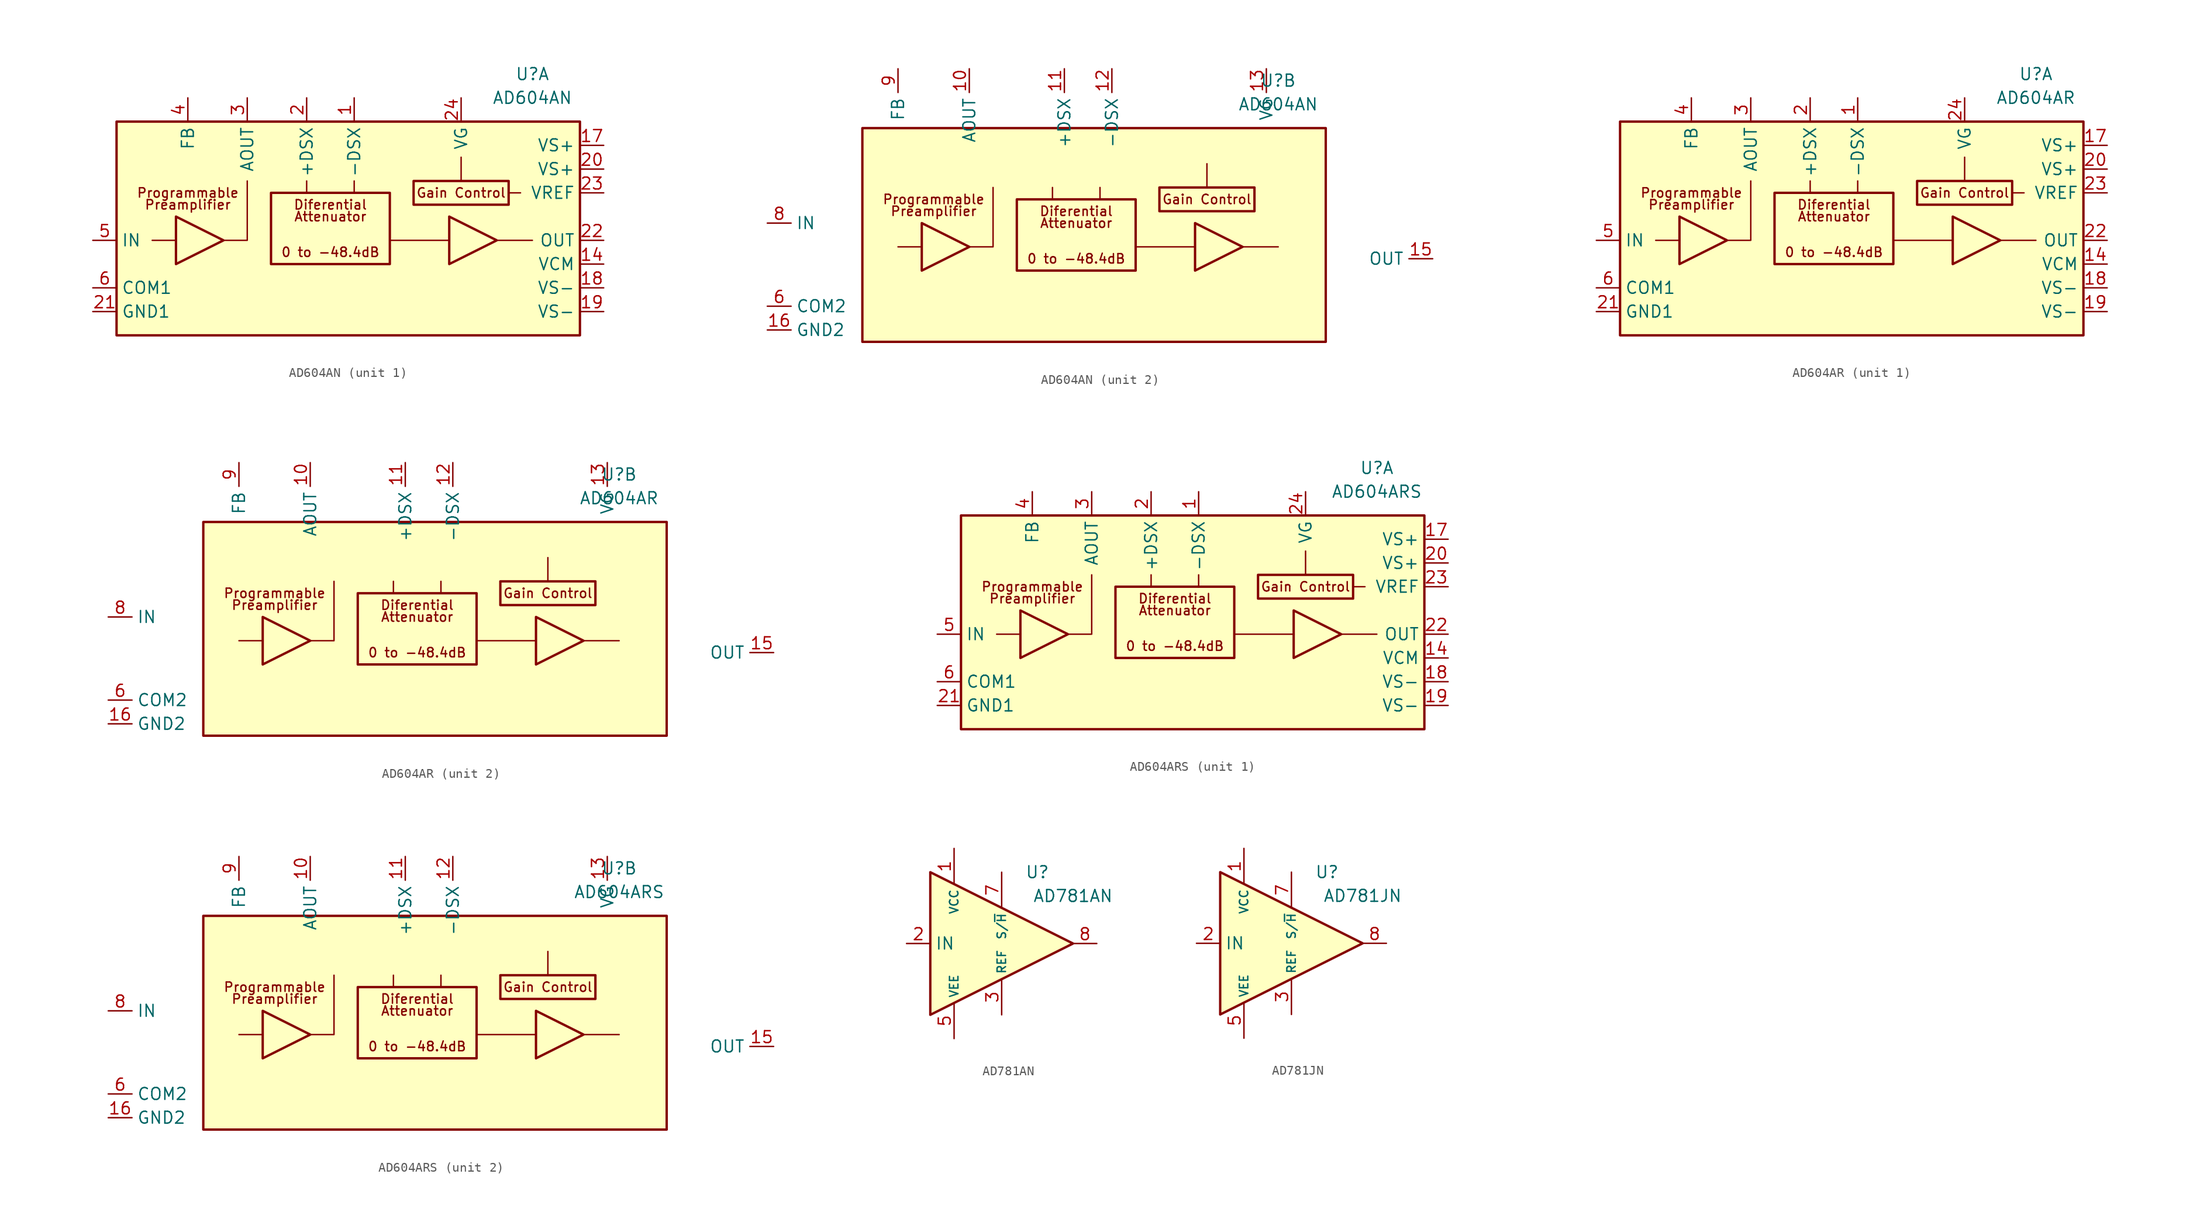
<source format=kicad_sym>
(kicad_symbol_lib
  (version 20231120)
  (generator "kicad_symbol_editor")
  (generator_version "8.0")
  (symbol "AD604AN"
    (property "Reference" "U"
      (at 19.05 16.51 0)
      (effects (font (size 1.27 1.27))))
    (property "Value" "AD604AN"
      (at 19.05 13.97 0)
      (effects (font (size 1.27 1.27))))
    (property "ki_locked" ""
      (at 0 0 0)
      (effects (font (size 1.27 1.27))))
    (symbol "AD604AN_0_0"
      (rectangle (start -25.4 11.43) (end 24.13 -11.43) (stroke (width 0.254) (type default)) (fill (type background)))
      (rectangle (start -8.89 3.81) (end 3.81 -3.81) (stroke (width 0.254) (type default)) (fill (type none)))
      (polyline (pts (xy -19.05 -1.27) (xy -21.59 -1.27)) (stroke (width 0.152) (type default)) (fill (type none)))
      (polyline (pts (xy -5.08 3.81) (xy -5.08 5.08)) (stroke (width 0.152) (type default)) (fill (type none)))
      (polyline (pts (xy 0 3.81) (xy 0 5.08)) (stroke (width 0.152) (type default)) (fill (type none)))
      (polyline (pts (xy 3.81 -1.27) (xy 10.16 -1.27)) (stroke (width 0.152) (type default)) (fill (type none)))
      (polyline (pts (xy 11.43 5.08) (xy 11.43 7.62)) (stroke (width 0.152) (type default)) (fill (type none)))
      (polyline (pts (xy 15.24 -1.27) (xy 19.05 -1.27)) (stroke (width 0.152) (type default)) (fill (type none)))
      (polyline (pts (xy -13.97 -1.27) (xy -11.43 -1.27) (xy -11.43 5.08)) (stroke (width 0.152) (type default)) (fill (type none)))
      (rectangle (start 6.35 5.08) (end 16.51 2.54) (stroke (width 0.254) (type default)) (fill (type none)))
      (text "0 to -48.4dB" (at -2.54 -2.54 0) (effects (font (size 1 1))))
      (text "Attenuator" (at -2.54 1.27 0) (effects (font (size 1 1))))
      (text "Diferential" (at -2.54 2.54 0) (effects (font (size 1 1))))
      (text "Gain Control" (at 11.43 3.81 0) (effects (font (size 1 1))))
      (text "Preamplifier" (at -17.78 2.54 0) (effects (font (size 1 1))))
      (text "Programmable" (at -17.78 3.81 0) (effects (font (size 1 1)))))
    (symbol "AD604AN_0_1"
      (polyline (pts (xy -19.05 1.27) (xy -19.05 -3.81) (xy -13.97 -1.27) (xy -19.05 1.27)) (stroke (width 0.254) (type default)) (fill (type none)))
      (polyline (pts (xy 10.16 1.27) (xy 10.16 -3.81) (xy 15.24 -1.27) (xy 10.16 1.27)) (stroke (width 0.254) (type default)) (fill (type none))))
    (symbol "AD604AN_1_0"
      (polyline (pts (xy 16.51 3.81) (xy 17.78 3.81)) (stroke (width 0.152) (type default)) (fill (type none))))
    (symbol "AD604AN_1_1"
      (pin input line (at 0 13.97 270) (length 2.54) (name "-DSX" (effects (font (size 1.27 1.27)))) (number "1" (effects (font (size 1.27 1.27)))))
      (pin input line (at 26.67 -3.81 180) (length 2.54) (name "VCM" (effects (font (size 1.27 1.27)))) (number "14" (effects (font (size 1.27 1.27)))))
      (pin power_in line (at 26.67 8.89 180) (length 2.54) (name "VS+" (effects (font (size 1.27 1.27)))) (number "17" (effects (font (size 1.27 1.27)))))
      (pin power_in line (at 26.67 -6.35 180) (length 2.54) (name "VS-" (effects (font (size 1.27 1.27)))) (number "18" (effects (font (size 1.27 1.27)))))
      (pin power_in line (at 26.67 -8.89 180) (length 2.54) (name "VS-" (effects (font (size 1.27 1.27)))) (number "19" (effects (font (size 1.27 1.27)))))
      (pin input line (at -5.08 13.97 270) (length 2.54) (name "+DSX" (effects (font (size 1.27 1.27)))) (number "2" (effects (font (size 1.27 1.27)))))
      (pin power_in line (at 26.67 6.35 180) (length 2.54) (name "VS+" (effects (font (size 1.27 1.27)))) (number "20" (effects (font (size 1.27 1.27)))))
      (pin power_in line (at -27.94 -8.89 0) (length 2.54) (name "GND1" (effects (font (size 1.27 1.27)))) (number "21" (effects (font (size 1.27 1.27)))))
      (pin output line (at 26.67 -1.27 180) (length 2.54) (name "OUT" (effects (font (size 1.27 1.27)))) (number "22" (effects (font (size 1.27 1.27)))))
      (pin input line (at 26.67 3.81 180) (length 2.54) (name "VREF" (effects (font (size 1.27 1.27)))) (number "23" (effects (font (size 1.27 1.27)))))
      (pin input line (at 11.43 13.97 270) (length 2.54) (name "VG" (effects (font (size 1.27 1.27)))) (number "24" (effects (font (size 1.27 1.27)))))
      (pin output line (at -11.43 13.97 270) (length 2.54) (name "AOUT" (effects (font (size 1.27 1.27)))) (number "3" (effects (font (size 1.27 1.27)))))
      (pin passive line (at -17.78 13.97 270) (length 2.54) (name "FB" (effects (font (size 1.27 1.27)))) (number "4" (effects (font (size 1.27 1.27)))))
      (pin input line (at -27.94 -1.27 0) (length 2.54) (name "IN" (effects (font (size 1.27 1.27)))) (number "5" (effects (font (size 1.27 1.27)))))
      (pin power_in line (at -27.94 -6.35 0) (length 2.54) (name "COM1" (effects (font (size 1.27 1.27)))) (number "6" (effects (font (size 1.27 1.27))))))
    (symbol "AD604AN_2_1"
      (pin output line (at -13.97 17.78 270) (length 2.54) (name "AOUT" (effects (font (size 1.27 1.27)))) (number "10" (effects (font (size 1.27 1.27)))))
      (pin input line (at -3.81 17.78 270) (length 2.54) (name "+DSX" (effects (font (size 1.27 1.27)))) (number "11" (effects (font (size 1.27 1.27)))))
      (pin input line (at 1.27 17.78 270) (length 2.54) (name "-DSX" (effects (font (size 1.27 1.27)))) (number "12" (effects (font (size 1.27 1.27)))))
      (pin input line (at 17.78 17.78 270) (length 2.54) (name "VG" (effects (font (size 1.27 1.27)))) (number "13" (effects (font (size 1.27 1.27)))))
      (pin output line (at 35.56 -2.54 180) (length 2.54) (name "OUT" (effects (font (size 1.27 1.27)))) (number "15" (effects (font (size 1.27 1.27)))))
      (pin power_in line (at -35.56 -10.16 0) (length 2.54) (name "GND2" (effects (font (size 1.27 1.27)))) (number "16" (effects (font (size 1.27 1.27)))))
      (pin power_in line (at -35.56 -7.62 0) (length 2.54) (name "COM2" (effects (font (size 1.27 1.27)))) (number "6" (effects (font (size 1.27 1.27)))))
      (pin input line (at -35.56 1.27 0) (length 2.54) (name "IN" (effects (font (size 1.27 1.27)))) (number "8" (effects (font (size 1.27 1.27)))))
      (pin passive line (at -21.59 17.78 270) (length 2.54) (name "FB" (effects (font (size 1.27 1.27)))) (number "9" (effects (font (size 1.27 1.27)))))))
  (symbol "AD604AR"
    (property "Reference" "U"
      (at 19.05 16.51 0)
      (effects (font (size 1.27 1.27))))
    (property "Value" "AD604AR"
      (at 19.05 13.97 0)
      (effects (font (size 1.27 1.27))))
    (property "ki_locked" ""
      (at 0 0 0)
      (effects (font (size 1.27 1.27))))
    (symbol "AD604AR_0_0"
      (rectangle (start -25.4 11.43) (end 24.13 -11.43) (stroke (width 0.254) (type default)) (fill (type background)))
      (rectangle (start -8.89 3.81) (end 3.81 -3.81) (stroke (width 0.254) (type default)) (fill (type none)))
      (polyline (pts (xy -19.05 -1.27) (xy -21.59 -1.27)) (stroke (width 0.152) (type default)) (fill (type none)))
      (polyline (pts (xy -5.08 3.81) (xy -5.08 5.08)) (stroke (width 0.152) (type default)) (fill (type none)))
      (polyline (pts (xy 0 3.81) (xy 0 5.08)) (stroke (width 0.152) (type default)) (fill (type none)))
      (polyline (pts (xy 3.81 -1.27) (xy 10.16 -1.27)) (stroke (width 0.152) (type default)) (fill (type none)))
      (polyline (pts (xy 11.43 5.08) (xy 11.43 7.62)) (stroke (width 0.152) (type default)) (fill (type none)))
      (polyline (pts (xy 15.24 -1.27) (xy 19.05 -1.27)) (stroke (width 0.152) (type default)) (fill (type none)))
      (polyline (pts (xy -13.97 -1.27) (xy -11.43 -1.27) (xy -11.43 5.08)) (stroke (width 0.152) (type default)) (fill (type none)))
      (rectangle (start 6.35 5.08) (end 16.51 2.54) (stroke (width 0.254) (type default)) (fill (type none)))
      (text "0 to -48.4dB" (at -2.54 -2.54 0) (effects (font (size 1 1))))
      (text "Attenuator" (at -2.54 1.27 0) (effects (font (size 1 1))))
      (text "Diferential" (at -2.54 2.54 0) (effects (font (size 1 1))))
      (text "Gain Control" (at 11.43 3.81 0) (effects (font (size 1 1))))
      (text "Preamplifier" (at -17.78 2.54 0) (effects (font (size 1 1))))
      (text "Programmable" (at -17.78 3.81 0) (effects (font (size 1 1)))))
    (symbol "AD604AR_0_1"
      (polyline (pts (xy -19.05 1.27) (xy -19.05 -3.81) (xy -13.97 -1.27) (xy -19.05 1.27)) (stroke (width 0.254) (type default)) (fill (type none)))
      (polyline (pts (xy 10.16 1.27) (xy 10.16 -3.81) (xy 15.24 -1.27) (xy 10.16 1.27)) (stroke (width 0.254) (type default)) (fill (type none))))
    (symbol "AD604AR_1_0"
      (polyline (pts (xy 16.51 3.81) (xy 17.78 3.81)) (stroke (width 0.152) (type default)) (fill (type none))))
    (symbol "AD604AR_1_1"
      (pin input line (at 0 13.97 270) (length 2.54) (name "-DSX" (effects (font (size 1.27 1.27)))) (number "1" (effects (font (size 1.27 1.27)))))
      (pin input line (at 26.67 -3.81 180) (length 2.54) (name "VCM" (effects (font (size 1.27 1.27)))) (number "14" (effects (font (size 1.27 1.27)))))
      (pin power_in line (at 26.67 8.89 180) (length 2.54) (name "VS+" (effects (font (size 1.27 1.27)))) (number "17" (effects (font (size 1.27 1.27)))))
      (pin power_in line (at 26.67 -6.35 180) (length 2.54) (name "VS-" (effects (font (size 1.27 1.27)))) (number "18" (effects (font (size 1.27 1.27)))))
      (pin power_in line (at 26.67 -8.89 180) (length 2.54) (name "VS-" (effects (font (size 1.27 1.27)))) (number "19" (effects (font (size 1.27 1.27)))))
      (pin input line (at -5.08 13.97 270) (length 2.54) (name "+DSX" (effects (font (size 1.27 1.27)))) (number "2" (effects (font (size 1.27 1.27)))))
      (pin power_in line (at 26.67 6.35 180) (length 2.54) (name "VS+" (effects (font (size 1.27 1.27)))) (number "20" (effects (font (size 1.27 1.27)))))
      (pin power_in line (at -27.94 -8.89 0) (length 2.54) (name "GND1" (effects (font (size 1.27 1.27)))) (number "21" (effects (font (size 1.27 1.27)))))
      (pin output line (at 26.67 -1.27 180) (length 2.54) (name "OUT" (effects (font (size 1.27 1.27)))) (number "22" (effects (font (size 1.27 1.27)))))
      (pin input line (at 26.67 3.81 180) (length 2.54) (name "VREF" (effects (font (size 1.27 1.27)))) (number "23" (effects (font (size 1.27 1.27)))))
      (pin input line (at 11.43 13.97 270) (length 2.54) (name "VG" (effects (font (size 1.27 1.27)))) (number "24" (effects (font (size 1.27 1.27)))))
      (pin output line (at -11.43 13.97 270) (length 2.54) (name "AOUT" (effects (font (size 1.27 1.27)))) (number "3" (effects (font (size 1.27 1.27)))))
      (pin passive line (at -17.78 13.97 270) (length 2.54) (name "FB" (effects (font (size 1.27 1.27)))) (number "4" (effects (font (size 1.27 1.27)))))
      (pin input line (at -27.94 -1.27 0) (length 2.54) (name "IN" (effects (font (size 1.27 1.27)))) (number "5" (effects (font (size 1.27 1.27)))))
      (pin power_in line (at -27.94 -6.35 0) (length 2.54) (name "COM1" (effects (font (size 1.27 1.27)))) (number "6" (effects (font (size 1.27 1.27))))))
    (symbol "AD604AR_2_1"
      (pin output line (at -13.97 17.78 270) (length 2.54) (name "AOUT" (effects (font (size 1.27 1.27)))) (number "10" (effects (font (size 1.27 1.27)))))
      (pin input line (at -3.81 17.78 270) (length 2.54) (name "+DSX" (effects (font (size 1.27 1.27)))) (number "11" (effects (font (size 1.27 1.27)))))
      (pin input line (at 1.27 17.78 270) (length 2.54) (name "-DSX" (effects (font (size 1.27 1.27)))) (number "12" (effects (font (size 1.27 1.27)))))
      (pin input line (at 17.78 17.78 270) (length 2.54) (name "VG" (effects (font (size 1.27 1.27)))) (number "13" (effects (font (size 1.27 1.27)))))
      (pin output line (at 35.56 -2.54 180) (length 2.54) (name "OUT" (effects (font (size 1.27 1.27)))) (number "15" (effects (font (size 1.27 1.27)))))
      (pin power_in line (at -35.56 -10.16 0) (length 2.54) (name "GND2" (effects (font (size 1.27 1.27)))) (number "16" (effects (font (size 1.27 1.27)))))
      (pin power_in line (at -35.56 -7.62 0) (length 2.54) (name "COM2" (effects (font (size 1.27 1.27)))) (number "6" (effects (font (size 1.27 1.27)))))
      (pin input line (at -35.56 1.27 0) (length 2.54) (name "IN" (effects (font (size 1.27 1.27)))) (number "8" (effects (font (size 1.27 1.27)))))
      (pin passive line (at -21.59 17.78 270) (length 2.54) (name "FB" (effects (font (size 1.27 1.27)))) (number "9" (effects (font (size 1.27 1.27)))))))
  (symbol "AD604ARS"
    (property "Reference" "U"
      (at 19.05 16.51 0)
      (effects (font (size 1.27 1.27))))
    (property "Value" "AD604ARS"
      (at 19.05 13.97 0)
      (effects (font (size 1.27 1.27))))
    (property "ki_locked" ""
      (at 0 0 0)
      (effects (font (size 1.27 1.27))))
    (symbol "AD604ARS_0_0"
      (rectangle (start -25.4 11.43) (end 24.13 -11.43) (stroke (width 0.254) (type default)) (fill (type background)))
      (rectangle (start -8.89 3.81) (end 3.81 -3.81) (stroke (width 0.254) (type default)) (fill (type none)))
      (polyline (pts (xy -19.05 -1.27) (xy -21.59 -1.27)) (stroke (width 0.152) (type default)) (fill (type none)))
      (polyline (pts (xy -5.08 3.81) (xy -5.08 5.08)) (stroke (width 0.152) (type default)) (fill (type none)))
      (polyline (pts (xy 0 3.81) (xy 0 5.08)) (stroke (width 0.152) (type default)) (fill (type none)))
      (polyline (pts (xy 3.81 -1.27) (xy 10.16 -1.27)) (stroke (width 0.152) (type default)) (fill (type none)))
      (polyline (pts (xy 11.43 5.08) (xy 11.43 7.62)) (stroke (width 0.152) (type default)) (fill (type none)))
      (polyline (pts (xy 15.24 -1.27) (xy 19.05 -1.27)) (stroke (width 0.152) (type default)) (fill (type none)))
      (polyline (pts (xy -13.97 -1.27) (xy -11.43 -1.27) (xy -11.43 5.08)) (stroke (width 0.152) (type default)) (fill (type none)))
      (rectangle (start 6.35 5.08) (end 16.51 2.54) (stroke (width 0.254) (type default)) (fill (type none)))
      (text "0 to -48.4dB" (at -2.54 -2.54 0) (effects (font (size 1 1))))
      (text "Attenuator" (at -2.54 1.27 0) (effects (font (size 1 1))))
      (text "Diferential" (at -2.54 2.54 0) (effects (font (size 1 1))))
      (text "Gain Control" (at 11.43 3.81 0) (effects (font (size 1 1))))
      (text "Preamplifier" (at -17.78 2.54 0) (effects (font (size 1 1))))
      (text "Programmable" (at -17.78 3.81 0) (effects (font (size 1 1)))))
    (symbol "AD604ARS_0_1"
      (polyline (pts (xy -19.05 1.27) (xy -19.05 -3.81) (xy -13.97 -1.27) (xy -19.05 1.27)) (stroke (width 0.254) (type default)) (fill (type none)))
      (polyline (pts (xy 10.16 1.27) (xy 10.16 -3.81) (xy 15.24 -1.27) (xy 10.16 1.27)) (stroke (width 0.254) (type default)) (fill (type none))))
    (symbol "AD604ARS_1_0"
      (polyline (pts (xy 16.51 3.81) (xy 17.78 3.81)) (stroke (width 0.152) (type default)) (fill (type none))))
    (symbol "AD604ARS_1_1"
      (pin input line (at 0 13.97 270) (length 2.54) (name "-DSX" (effects (font (size 1.27 1.27)))) (number "1" (effects (font (size 1.27 1.27)))))
      (pin input line (at 26.67 -3.81 180) (length 2.54) (name "VCM" (effects (font (size 1.27 1.27)))) (number "14" (effects (font (size 1.27 1.27)))))
      (pin power_in line (at 26.67 8.89 180) (length 2.54) (name "VS+" (effects (font (size 1.27 1.27)))) (number "17" (effects (font (size 1.27 1.27)))))
      (pin power_in line (at 26.67 -6.35 180) (length 2.54) (name "VS-" (effects (font (size 1.27 1.27)))) (number "18" (effects (font (size 1.27 1.27)))))
      (pin power_in line (at 26.67 -8.89 180) (length 2.54) (name "VS-" (effects (font (size 1.27 1.27)))) (number "19" (effects (font (size 1.27 1.27)))))
      (pin input line (at -5.08 13.97 270) (length 2.54) (name "+DSX" (effects (font (size 1.27 1.27)))) (number "2" (effects (font (size 1.27 1.27)))))
      (pin power_in line (at 26.67 6.35 180) (length 2.54) (name "VS+" (effects (font (size 1.27 1.27)))) (number "20" (effects (font (size 1.27 1.27)))))
      (pin power_in line (at -27.94 -8.89 0) (length 2.54) (name "GND1" (effects (font (size 1.27 1.27)))) (number "21" (effects (font (size 1.27 1.27)))))
      (pin output line (at 26.67 -1.27 180) (length 2.54) (name "OUT" (effects (font (size 1.27 1.27)))) (number "22" (effects (font (size 1.27 1.27)))))
      (pin input line (at 26.67 3.81 180) (length 2.54) (name "VREF" (effects (font (size 1.27 1.27)))) (number "23" (effects (font (size 1.27 1.27)))))
      (pin input line (at 11.43 13.97 270) (length 2.54) (name "VG" (effects (font (size 1.27 1.27)))) (number "24" (effects (font (size 1.27 1.27)))))
      (pin output line (at -11.43 13.97 270) (length 2.54) (name "AOUT" (effects (font (size 1.27 1.27)))) (number "3" (effects (font (size 1.27 1.27)))))
      (pin passive line (at -17.78 13.97 270) (length 2.54) (name "FB" (effects (font (size 1.27 1.27)))) (number "4" (effects (font (size 1.27 1.27)))))
      (pin input line (at -27.94 -1.27 0) (length 2.54) (name "IN" (effects (font (size 1.27 1.27)))) (number "5" (effects (font (size 1.27 1.27)))))
      (pin power_in line (at -27.94 -6.35 0) (length 2.54) (name "COM1" (effects (font (size 1.27 1.27)))) (number "6" (effects (font (size 1.27 1.27))))))
    (symbol "AD604ARS_2_1"
      (pin output line (at -13.97 17.78 270) (length 2.54) (name "AOUT" (effects (font (size 1.27 1.27)))) (number "10" (effects (font (size 1.27 1.27)))))
      (pin input line (at -3.81 17.78 270) (length 2.54) (name "+DSX" (effects (font (size 1.27 1.27)))) (number "11" (effects (font (size 1.27 1.27)))))
      (pin input line (at 1.27 17.78 270) (length 2.54) (name "-DSX" (effects (font (size 1.27 1.27)))) (number "12" (effects (font (size 1.27 1.27)))))
      (pin input line (at 17.78 17.78 270) (length 2.54) (name "VG" (effects (font (size 1.27 1.27)))) (number "13" (effects (font (size 1.27 1.27)))))
      (pin output line (at 35.56 -2.54 180) (length 2.54) (name "OUT" (effects (font (size 1.27 1.27)))) (number "15" (effects (font (size 1.27 1.27)))))
      (pin power_in line (at -35.56 -10.16 0) (length 2.54) (name "GND2" (effects (font (size 1.27 1.27)))) (number "16" (effects (font (size 1.27 1.27)))))
      (pin power_in line (at -35.56 -7.62 0) (length 2.54) (name "COM2" (effects (font (size 1.27 1.27)))) (number "6" (effects (font (size 1.27 1.27)))))
      (pin input line (at -35.56 1.27 0) (length 2.54) (name "IN" (effects (font (size 1.27 1.27)))) (number "8" (effects (font (size 1.27 1.27)))))
      (pin passive line (at -21.59 17.78 270) (length 2.54) (name "FB" (effects (font (size 1.27 1.27)))) (number "9" (effects (font (size 1.27 1.27)))))))
  (symbol "AD781AN"
    (property "Reference" "U"
      (at 7.62 7.62 0)
      (effects (font (size 1.27 1.27))))
    (property "Value" "AD781AN"
      (at 11.43 5.08 0)
      (effects (font (size 1.27 1.27))))
    (symbol "AD781AN_0_1"
      (polyline (pts (xy -3.81 7.62) (xy -3.81 -7.62) (xy 11.43 0) (xy -3.81 7.62)) (stroke (width 0.254) (type default)) (fill (type background))))
    (symbol "AD781AN_1_1"
      (pin power_in line (at -1.27 10.16 270) (length 3.81) (name "VCC" (effects (font (size 0.9 0.9)))) (number "1" (effects (font (size 1.27 1.27)))))
      (pin input line (at -6.35 0 0) (length 2.54) (name "IN" (effects (font (size 1.27 1.27)))) (number "2" (effects (font (size 1.27 1.27)))))
      (pin input line (at 3.81 -7.62 90) (length 3.81) (name "REF" (effects (font (size 0.9 0.9)))) (number "3" (effects (font (size 1.27 1.27)))))
      (pin power_in line (at -1.27 -10.16 90) (length 3.81) (name "VEE" (effects (font (size 0.9 0.9)))) (number "5" (effects (font (size 1.27 1.27)))))
      (pin input line (at 3.81 7.62 270) (length 3.81) (name "S/~{H}" (effects (font (size 0.9 0.9)))) (number "7" (effects (font (size 1.27 1.27)))))
      (pin output line (at 13.97 0 180) (length 2.54) (name "~" (effects (font (size 1.27 1.27)))) (number "8" (effects (font (size 1.27 1.27)))))))
  (symbol "AD781JN"
    (property "Reference" "U"
      (at 7.62 7.62 0)
      (effects (font (size 1.27 1.27))))
    (property "Value" "AD781JN"
      (at 11.43 5.08 0)
      (effects (font (size 1.27 1.27))))
    (symbol "AD781JN_0_1"
      (polyline (pts (xy -3.81 7.62) (xy -3.81 -7.62) (xy 11.43 0) (xy -3.81 7.62)) (stroke (width 0.254) (type default)) (fill (type background))))
    (symbol "AD781JN_1_1"
      (pin power_in line (at -1.27 10.16 270) (length 3.81) (name "VCC" (effects (font (size 0.9 0.9)))) (number "1" (effects (font (size 1.27 1.27)))))
      (pin input line (at -6.35 0 0) (length 2.54) (name "IN" (effects (font (size 1.27 1.27)))) (number "2" (effects (font (size 1.27 1.27)))))
      (pin input line (at 3.81 -7.62 90) (length 3.81) (name "REF" (effects (font (size 0.9 0.9)))) (number "3" (effects (font (size 1.27 1.27)))))
      (pin power_in line (at -1.27 -10.16 90) (length 3.81) (name "VEE" (effects (font (size 0.9 0.9)))) (number "5" (effects (font (size 1.27 1.27)))))
      (pin input line (at 3.81 7.62 270) (length 3.81) (name "S/~{H}" (effects (font (size 0.9 0.9)))) (number "7" (effects (font (size 1.27 1.27)))))
      (pin output line (at 13.97 0 180) (length 2.54) (name "~" (effects (font (size 1.27 1.27)))) (number "8" (effects (font (size 1.27 1.27))))))))
</source>
